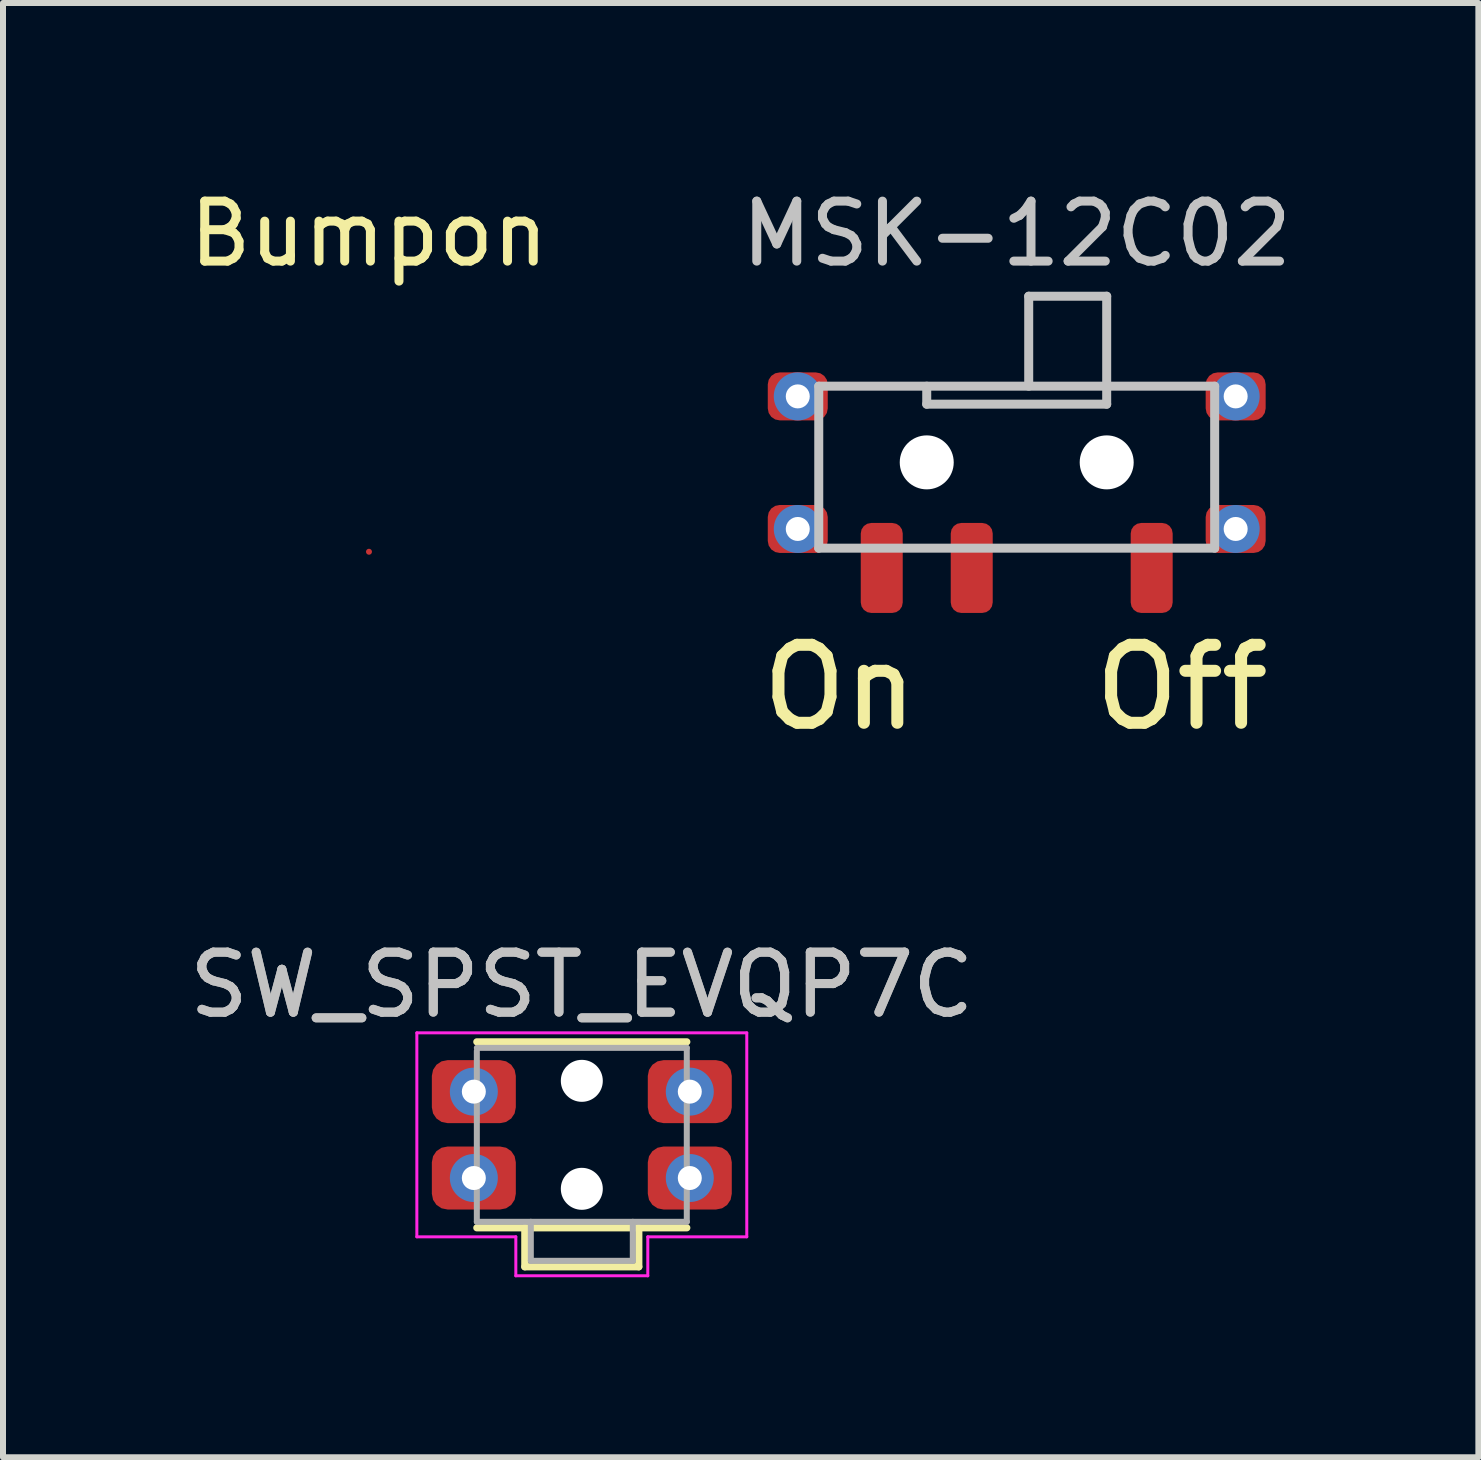
<source format=kicad_pcb>
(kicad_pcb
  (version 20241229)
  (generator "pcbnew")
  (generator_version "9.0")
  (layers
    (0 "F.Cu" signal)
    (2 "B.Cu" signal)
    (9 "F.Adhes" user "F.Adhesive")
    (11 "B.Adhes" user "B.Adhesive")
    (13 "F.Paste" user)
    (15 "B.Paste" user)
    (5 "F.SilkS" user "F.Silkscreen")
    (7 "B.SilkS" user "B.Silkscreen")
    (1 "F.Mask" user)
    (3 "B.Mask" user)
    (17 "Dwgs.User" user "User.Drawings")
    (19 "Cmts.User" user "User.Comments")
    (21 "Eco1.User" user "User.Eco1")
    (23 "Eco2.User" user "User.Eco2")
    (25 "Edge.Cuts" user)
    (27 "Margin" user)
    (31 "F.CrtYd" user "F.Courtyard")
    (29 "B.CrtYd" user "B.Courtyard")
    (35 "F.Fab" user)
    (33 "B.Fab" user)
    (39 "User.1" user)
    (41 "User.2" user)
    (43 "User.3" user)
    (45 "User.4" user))
  (footprint "MSK-12C02"
    (layer "F.Cu")
    (at 13.899 4.658)
    (property "Reference" "MSK-12C02" (at 0 -3.81 0) (layer "Dwgs.User") (effects (font (size 1 1) (thickness 0.15))))
    (attr smd)
    (fp_line (start -3.3 -1.27) (end -3.3 1.43) (stroke (width 0.15) (type solid)) (layer "Dwgs.User"))
    (fp_line (start -1.5 -0.97) (end -1.5 -1.27) (stroke (width 0.15) (type solid)) (layer "Dwgs.User"))
    (fp_line (start -1.5 -0.97) (end 1.5 -0.97) (stroke (width 0.15) (type solid)) (layer "Dwgs.User"))
    (fp_line (start 0.2 -2.77) (end 1.5 -2.77) (stroke (width 0.15) (type solid)) (layer "Dwgs.User"))
    (fp_line (start 0.2 -1.27) (end 0.2 -2.77) (stroke (width 0.15) (type solid)) (layer "Dwgs.User"))
    (fp_line (start 1.5 -2.77) (end 1.5 -1.27) (stroke (width 0.15) (type solid)) (layer "Dwgs.User"))
    (fp_line (start 1.5 -0.97) (end 1.5 -1.27) (stroke (width 0.15) (type solid)) (layer "Dwgs.User"))
    (fp_line (start 3.3 -1.27) (end -3.3 -1.27) (stroke (width 0.15) (type solid)) (layer "Dwgs.User"))
    (fp_line (start 3.3 -1.27) (end 3.3 1.43) (stroke (width 0.15) (type solid)) (layer "Dwgs.User"))
    (fp_line (start 3.3 1.43) (end -3.3 1.43) (stroke (width 0.15) (type solid)) (layer "Dwgs.User"))
    (fp_text user "Off" (at 2.75 3.75 0) (unlocked yes) (layer "F.SilkS") (effects (font (size 1.3 1.3) (thickness 0.2))))
    (fp_text user "On" (at -2.95 3.75 0) (unlocked yes) (layer "F.SilkS") (effects (font (size 1.3 1.3) (thickness 0.2))))
    (pad "" thru_hole circle (at -3.65 -1.1) (size 0.8 0.8) (drill 0.4) (layers "*.Cu" "F.Mask"))
    (pad "" smd roundrect (at -3.65 -1.1 180) (size 1 0.8) (layers "F.Cu" "F.Mask" "F.Paste") (roundrect_rratio 0.25))
    (pad "" thru_hole circle (at -3.65 1.11) (size 0.8 0.8) (drill 0.4) (layers "*.Cu" "F.Mask"))
    (pad "" smd roundrect (at -3.65 1.11 180) (size 1 0.8) (layers "F.Cu" "F.Mask" "F.Paste") (roundrect_rratio 0.25))
    (pad "" np_thru_hole circle (at -1.5 0 180) (size 0.9 0.9) (drill 0.9) (layers "*.Cu" "*.Mask"))
    (pad "" np_thru_hole circle (at 1.5 0 180) (size 0.9 0.9) (drill 0.9) (layers "*.Cu" "*.Mask"))
    (pad "" thru_hole circle (at 3.65 -1.1) (size 0.8 0.8) (drill 0.4) (layers "*.Cu" "F.Mask"))
    (pad "" smd roundrect (at 3.65 -1.1 180) (size 1 0.8) (layers "F.Cu" "F.Mask" "F.Paste") (roundrect_rratio 0.25))
    (pad "" thru_hole circle (at 3.65 1.11) (size 0.8 0.8) (drill 0.4) (layers "*.Cu" "F.Mask"))
    (pad "" smd roundrect (at 3.65 1.11 180) (size 1 0.8) (layers "F.Cu" "F.Mask" "F.Paste") (roundrect_rratio 0.25))
    (pad "1" smd roundrect (at 2.25 1.76 180) (size 0.7 1.5) (layers "F.Cu" "F.Mask" "F.Paste") (roundrect_rratio 0.25))
    (pad "2" smd roundrect (at -0.75 1.76 180) (size 0.7 1.5) (layers "F.Cu" "F.Mask" "F.Paste") (roundrect_rratio 0.25))
    (pad "3" smd roundrect (at -2.25 1.76 180) (size 0.7 1.5) (layers "F.Cu" "F.Mask" "F.Paste") (roundrect_rratio 0.25)))
  (footprint "SW_SPST_EVQP7C"
    (layer "F.Cu")
    (at 6.649 15.868)
    (property "Reference" "SW_SPST_EVQP7C" (at 0 -2.5 0) (layer "Dwgs.User") (effects (font (size 1 1) (thickness 0.15))))
    (attr smd)
    (fp_line (start -1.75 -1.55) (end 1.75 -1.55) (stroke (width 0.12) (type solid)) (layer "F.SilkS"))
    (fp_line (start -0.95 2.2) (end -0.95 1.55) (stroke (width 0.12) (type solid)) (layer "F.SilkS"))
    (fp_line (start 0.95 1.55) (end 0.95 2.2) (stroke (width 0.12) (type solid)) (layer "F.SilkS"))
    (fp_line (start 0.95 2.2) (end -0.95 2.2) (stroke (width 0.12) (type solid)) (layer "F.SilkS"))
    (fp_line (start 1.75 1.55) (end -1.75 1.55) (stroke (width 0.12) (type solid)) (layer "F.SilkS"))
    (fp_line (start -2.75 -1.7) (end 2.75 -1.7) (stroke (width 0.05) (type solid)) (layer "F.CrtYd"))
    (fp_line (start -2.75 1.7) (end -2.75 -1.7) (stroke (width 0.05) (type solid)) (layer "F.CrtYd"))
    (fp_line (start -1.1 1.7) (end -2.75 1.7) (stroke (width 0.05) (type solid)) (layer "F.CrtYd"))
    (fp_line (start -1.1 2.35) (end -1.1 1.7) (stroke (width 0.05) (type solid)) (layer "F.CrtYd"))
    (fp_line (start 1.1 1.7) (end 1.1 2.35) (stroke (width 0.05) (type solid)) (layer "F.CrtYd"))
    (fp_line (start 1.1 2.35) (end -1.1 2.35) (stroke (width 0.05) (type solid)) (layer "F.CrtYd"))
    (fp_line (start 2.75 -1.7) (end 2.75 1.7) (stroke (width 0.05) (type solid)) (layer "F.CrtYd"))
    (fp_line (start 2.75 1.7) (end 1.1 1.7) (stroke (width 0.05) (type solid)) (layer "F.CrtYd"))
    (fp_line (start -1.75 -1.45) (end 1.75 -1.45) (stroke (width 0.1) (type solid)) (layer "F.Fab"))
    (fp_line (start -1.75 1.45) (end -1.75 -1.4) (stroke (width 0.1) (type solid)) (layer "F.Fab"))
    (fp_line (start -0.85 2.1) (end -0.85 1.45) (stroke (width 0.1) (type solid)) (layer "F.Fab"))
    (fp_line (start -0.85 2.1) (end 0.85 2.1) (stroke (width 0.1) (type solid)) (layer "F.Fab"))
    (fp_line (start 0.85 2.1) (end 0.85 1.45) (stroke (width 0.1) (type solid)) (layer "F.Fab"))
    (fp_line (start 1.75 -1.45) (end 1.75 1.45) (stroke (width 0.1) (type solid)) (layer "F.Fab"))
    (fp_line (start 1.75 1.45) (end -1.75 1.45) (stroke (width 0.1) (type solid)) (layer "F.Fab"))
    (fp_text user "${REFERENCE}" (at 0 -2.5 0) (layer "F.Fab") (effects (font (size 1 1) (thickness 0.15))))
    (pad "" np_thru_hole circle (at 0 -0.9) (size 0.7 0.7) (drill 0.7) (layers "*.Cu" "*.Mask"))
    (pad "" np_thru_hole circle (at 0 0.9) (size 0.7 0.7) (drill 0.7) (layers "*.Cu" "*.Mask"))
    (pad "1" thru_hole circle (at -1.8 -0.72) (size 0.8 0.8) (drill 0.4) (layers "*.Cu" "F.Mask"))
    (pad "1" smd roundrect (at -1.8 -0.72) (size 1.4 1.05) (layers "F.Cu" "F.Mask" "F.Paste") (roundrect_rratio 0.25))
    (pad "1" thru_hole circle (at 1.8 -0.72) (size 0.8 0.8) (drill 0.4) (layers "*.Cu" "F.Mask"))
    (pad "1" smd roundrect (at 1.8 -0.72) (size 1.4 1.05) (layers "F.Cu" "F.Mask" "F.Paste") (roundrect_rratio 0.25))
    (pad "2" thru_hole circle (at -1.8 0.72) (size 0.8 0.8) (drill 0.4) (layers "*.Cu" "F.Mask"))
    (pad "2" smd roundrect (at -1.8 0.72) (size 1.4 1.05) (layers "F.Cu" "F.Mask" "F.Paste") (roundrect_rratio 0.25))
    (pad "2" thru_hole circle (at 1.8 0.72) (size 0.8 0.8) (drill 0.4) (layers "*.Cu" "F.Mask"))
    (pad "2" smd roundrect (at 1.8 0.72) (size 1.4 1.05) (layers "F.Cu" "F.Mask" "F.Paste") (roundrect_rratio 0.25)))
  (footprint "Bumpon"
    (layer "F.Cu")
    (at 3.101 6.148)
    (property "Reference" "Bumpon" (at 0 -5.3 0) (unlocked yes) (layer "F.SilkS") (effects (font (size 1 1) (thickness 0.15))))
    (attr smd)
    (pad "" smd circle (at 0 0) (size 0.1 0.1) (layers "F.Cu" "F.Mask" "F.Paste")))
  (gr_rect
    (start -3 -3)
    (end 21.595 21.243)
    (stroke (width 0.1) (type default))
    (fill no)
    (layer "Edge.Cuts")))
</source>
